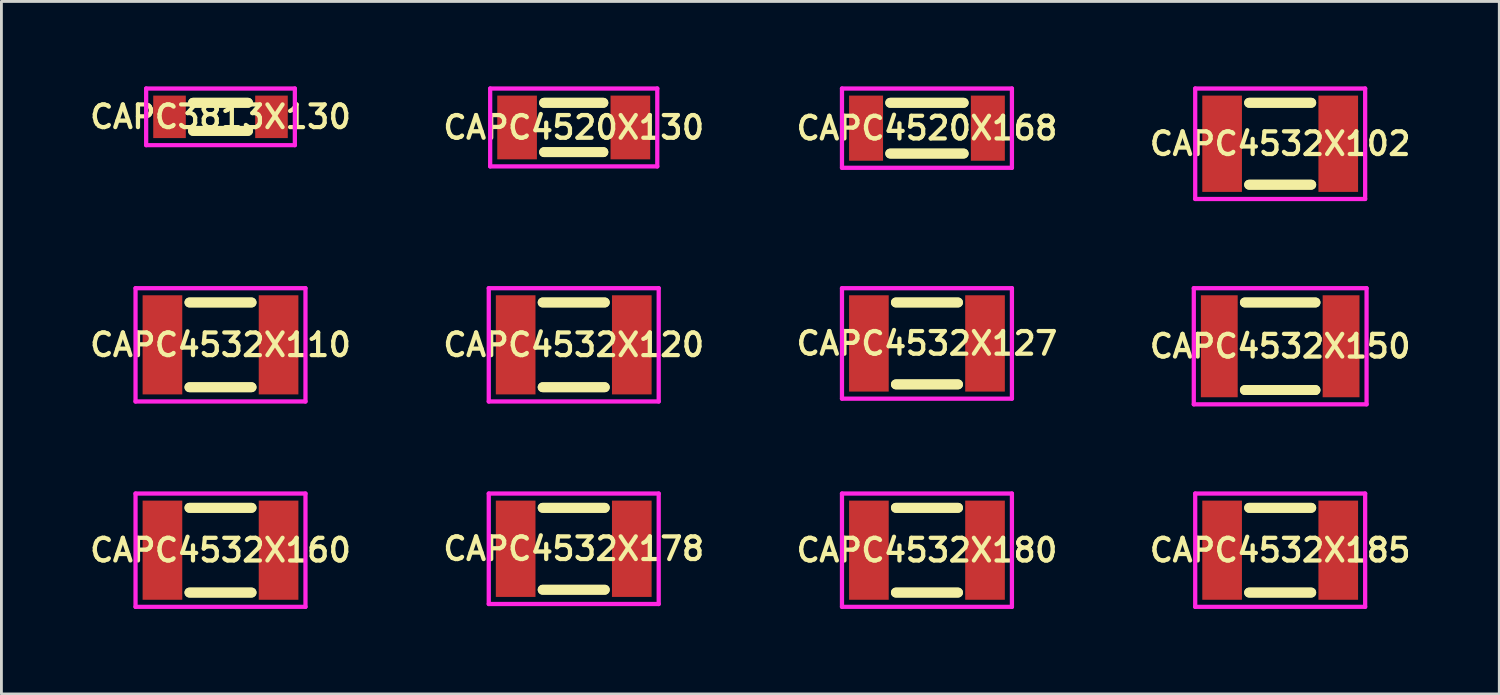
<source format=kicad_pcb>
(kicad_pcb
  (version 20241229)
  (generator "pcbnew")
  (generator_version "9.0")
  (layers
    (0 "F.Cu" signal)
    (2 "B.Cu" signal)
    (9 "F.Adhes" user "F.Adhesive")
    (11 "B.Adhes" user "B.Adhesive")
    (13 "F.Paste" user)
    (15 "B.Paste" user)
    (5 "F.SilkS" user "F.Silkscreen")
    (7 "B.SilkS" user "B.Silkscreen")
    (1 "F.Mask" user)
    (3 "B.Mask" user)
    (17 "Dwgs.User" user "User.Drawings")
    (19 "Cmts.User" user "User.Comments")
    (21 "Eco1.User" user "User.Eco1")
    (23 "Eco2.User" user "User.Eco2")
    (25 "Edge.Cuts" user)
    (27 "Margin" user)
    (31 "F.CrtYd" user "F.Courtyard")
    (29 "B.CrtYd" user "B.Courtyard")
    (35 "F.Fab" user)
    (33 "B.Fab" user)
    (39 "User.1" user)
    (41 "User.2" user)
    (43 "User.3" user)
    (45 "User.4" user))
  (footprint "CAPC4532X127"
    (layer "F.Cu")
    (at 29.677 9.075)
    (property "Reference" "CAPC4532X127" (at 0 0 0) (layer "F.SilkS") (effects (font (size 0.8 0.8) (thickness 0.15))))
    (attr smd)
    (fp_line (start -1.096 -1.446) (end 1.096 -1.446) (stroke (width 0.35) (type solid)) (layer "F.SilkS"))
    (fp_line (start -1.096 1.446) (end 1.096 1.446) (stroke (width 0.35) (type solid)) (layer "F.SilkS"))
    (fp_line (start 1.096 -1.446) (end -1.096 -1.446) (stroke (width 0.35) (type solid)) (layer "F.SilkS"))
    (fp_line (start 1.096 1.446) (end -1.096 1.446) (stroke (width 0.35) (type solid)) (layer "F.SilkS"))
    (fp_line (start -3 -1.95) (end 3 -1.95) (stroke (width 0.15) (type solid)) (layer "F.CrtYd"))
    (fp_line (start -3 1.95) (end -3 -1.95) (stroke (width 0.15) (type solid)) (layer "F.CrtYd"))
    (fp_line (start 3 -1.95) (end 3 1.95) (stroke (width 0.15) (type solid)) (layer "F.CrtYd"))
    (fp_line (start 3 1.95) (end -3 1.95) (stroke (width 0.15) (type solid)) (layer "F.CrtYd"))
    (pad "1" smd rect (at -2.05 0) (size 1.4 3.4) (layers "F.Cu" "F.Mask" "F.Paste"))
    (pad "2" smd rect (at 2.05 0) (size 1.4 3.4) (layers "F.Cu" "F.Mask" "F.Paste")))
  (footprint "CAPC4520X168"
    (layer "F.Cu")
    (at 29.677 1.475)
    (property "Reference" "CAPC4520X168" (at 0 0 0) (layer "F.SilkS") (effects (font (size 0.8 0.8) (thickness 0.15))))
    (attr smd)
    (fp_line (start -1.296 -0.896) (end 1.296 -0.896) (stroke (width 0.35) (type solid)) (layer "F.SilkS"))
    (fp_line (start -1.296 0.896) (end 1.296 0.896) (stroke (width 0.35) (type solid)) (layer "F.SilkS"))
    (fp_line (start 1.296 -0.896) (end -1.296 -0.896) (stroke (width 0.35) (type solid)) (layer "F.SilkS"))
    (fp_line (start 1.296 0.896) (end -1.296 0.896) (stroke (width 0.35) (type solid)) (layer "F.SilkS"))
    (fp_line (start -3 -1.4) (end 3 -1.4) (stroke (width 0.15) (type solid)) (layer "F.CrtYd"))
    (fp_line (start -3 1.4) (end -3 -1.4) (stroke (width 0.15) (type solid)) (layer "F.CrtYd"))
    (fp_line (start 3 -1.4) (end 3 1.4) (stroke (width 0.15) (type solid)) (layer "F.CrtYd"))
    (fp_line (start 3 1.4) (end -3 1.4) (stroke (width 0.15) (type solid)) (layer "F.CrtYd"))
    (pad "1" smd rect (at -2.15 0) (size 1.2 2.3) (layers "F.Cu" "F.Mask" "F.Paste"))
    (pad "2" smd rect (at 2.15 0) (size 1.2 2.3) (layers "F.Cu" "F.Mask" "F.Paste")))
  (footprint "CAPC4532X120"
    (layer "F.Cu")
    (at 17.206 9.125)
    (property "Reference" "CAPC4532X120" (at 0 0 0) (layer "F.SilkS") (effects (font (size 0.8 0.8) (thickness 0.15))))
    (attr smd)
    (fp_line (start -1.096 -1.496) (end 1.096 -1.496) (stroke (width 0.35) (type solid)) (layer "F.SilkS"))
    (fp_line (start -1.096 1.496) (end 1.096 1.496) (stroke (width 0.35) (type solid)) (layer "F.SilkS"))
    (fp_line (start 1.096 -1.496) (end -1.096 -1.496) (stroke (width 0.35) (type solid)) (layer "F.SilkS"))
    (fp_line (start 1.096 1.496) (end -1.096 1.496) (stroke (width 0.35) (type solid)) (layer "F.SilkS"))
    (fp_line (start -3 -2) (end 3 -2) (stroke (width 0.15) (type solid)) (layer "F.CrtYd"))
    (fp_line (start -3 2) (end -3 -2) (stroke (width 0.15) (type solid)) (layer "F.CrtYd"))
    (fp_line (start 3 -2) (end 3 2) (stroke (width 0.15) (type solid)) (layer "F.CrtYd"))
    (fp_line (start 3 2) (end -3 2) (stroke (width 0.15) (type solid)) (layer "F.CrtYd"))
    (pad "1" smd rect (at -2.05 0) (size 1.4 3.5) (layers "F.Cu" "F.Mask" "F.Paste"))
    (pad "2" smd rect (at 2.05 0) (size 1.4 3.5) (layers "F.Cu" "F.Mask" "F.Paste")))
  (footprint "CAPC4532X102"
    (layer "F.Cu")
    (at 42.148 2.025)
    (property "Reference" "CAPC4532X102" (at 0 0 0) (layer "F.SilkS") (effects (font (size 0.8 0.8) (thickness 0.15))))
    (attr smd)
    (fp_line (start -1.096 -1.446) (end 1.096 -1.446) (stroke (width 0.35) (type solid)) (layer "F.SilkS"))
    (fp_line (start -1.096 1.446) (end 1.096 1.446) (stroke (width 0.35) (type solid)) (layer "F.SilkS"))
    (fp_line (start 1.096 -1.446) (end -1.096 -1.446) (stroke (width 0.35) (type solid)) (layer "F.SilkS"))
    (fp_line (start 1.096 1.446) (end -1.096 1.446) (stroke (width 0.35) (type solid)) (layer "F.SilkS"))
    (fp_line (start -3 -1.95) (end 3 -1.95) (stroke (width 0.15) (type solid)) (layer "F.CrtYd"))
    (fp_line (start -3 1.95) (end -3 -1.95) (stroke (width 0.15) (type solid)) (layer "F.CrtYd"))
    (fp_line (start 3 -1.95) (end 3 1.95) (stroke (width 0.15) (type solid)) (layer "F.CrtYd"))
    (fp_line (start 3 1.95) (end -3 1.95) (stroke (width 0.15) (type solid)) (layer "F.CrtYd"))
    (pad "1" smd rect (at -2.05 0) (size 1.4 3.4) (layers "F.Cu" "F.Mask" "F.Paste"))
    (pad "2" smd rect (at 2.05 0) (size 1.4 3.4) (layers "F.Cu" "F.Mask" "F.Paste")))
  (footprint "CAPC4532X178"
    (layer "F.Cu")
    (at 17.206 16.325)
    (property "Reference" "CAPC4532X178" (at 0 0 0) (layer "F.SilkS") (effects (font (size 0.8 0.8) (thickness 0.15))))
    (attr smd)
    (fp_line (start -1.096 -1.446) (end 1.096 -1.446) (stroke (width 0.35) (type solid)) (layer "F.SilkS"))
    (fp_line (start -1.096 1.446) (end 1.096 1.446) (stroke (width 0.35) (type solid)) (layer "F.SilkS"))
    (fp_line (start 1.096 -1.446) (end -1.096 -1.446) (stroke (width 0.35) (type solid)) (layer "F.SilkS"))
    (fp_line (start 1.096 1.446) (end -1.096 1.446) (stroke (width 0.35) (type solid)) (layer "F.SilkS"))
    (fp_line (start -3 -1.95) (end 3 -1.95) (stroke (width 0.15) (type solid)) (layer "F.CrtYd"))
    (fp_line (start -3 1.95) (end -3 -1.95) (stroke (width 0.15) (type solid)) (layer "F.CrtYd"))
    (fp_line (start 3 -1.95) (end 3 1.95) (stroke (width 0.15) (type solid)) (layer "F.CrtYd"))
    (fp_line (start 3 1.95) (end -3 1.95) (stroke (width 0.15) (type solid)) (layer "F.CrtYd"))
    (pad "1" smd rect (at -2.05 0) (size 1.4 3.4) (layers "F.Cu" "F.Mask" "F.Paste"))
    (pad "2" smd rect (at 2.05 0) (size 1.4 3.4) (layers "F.Cu" "F.Mask" "F.Paste")))
  (footprint "CAPC4532X110"
    (layer "F.Cu")
    (at 4.735 9.125)
    (property "Reference" "CAPC4532X110" (at 0 0 0) (layer "F.SilkS") (effects (font (size 0.8 0.8) (thickness 0.15))))
    (attr smd)
    (fp_line (start -1.096 -1.496) (end 1.096 -1.496) (stroke (width 0.35) (type solid)) (layer "F.SilkS"))
    (fp_line (start -1.096 1.496) (end 1.096 1.496) (stroke (width 0.35) (type solid)) (layer "F.SilkS"))
    (fp_line (start 1.096 -1.496) (end -1.096 -1.496) (stroke (width 0.35) (type solid)) (layer "F.SilkS"))
    (fp_line (start 1.096 1.496) (end -1.096 1.496) (stroke (width 0.35) (type solid)) (layer "F.SilkS"))
    (fp_line (start -3 -2) (end 3 -2) (stroke (width 0.15) (type solid)) (layer "F.CrtYd"))
    (fp_line (start -3 2) (end -3 -2) (stroke (width 0.15) (type solid)) (layer "F.CrtYd"))
    (fp_line (start 3 -2) (end 3 2) (stroke (width 0.15) (type solid)) (layer "F.CrtYd"))
    (fp_line (start 3 2) (end -3 2) (stroke (width 0.15) (type solid)) (layer "F.CrtYd"))
    (pad "1" smd rect (at -2.05 0) (size 1.4 3.5) (layers "F.Cu" "F.Mask" "F.Paste"))
    (pad "2" smd rect (at 2.05 0) (size 1.4 3.5) (layers "F.Cu" "F.Mask" "F.Paste")))
  (footprint "CAPC3813X130"
    (layer "F.Cu")
    (at 4.735 1.075)
    (property "Reference" "CAPC3813X130" (at 0 0 0) (layer "F.SilkS") (effects (font (size 0.8 0.8) (thickness 0.15))))
    (attr smd)
    (fp_line (start -0.971 -0.496) (end 0.971 -0.496) (stroke (width 0.35) (type solid)) (layer "F.SilkS"))
    (fp_line (start -0.971 0.496) (end 0.971 0.496) (stroke (width 0.35) (type solid)) (layer "F.SilkS"))
    (fp_line (start 0.971 -0.496) (end -0.971 -0.496) (stroke (width 0.35) (type solid)) (layer "F.SilkS"))
    (fp_line (start 0.971 0.496) (end -0.971 0.496) (stroke (width 0.35) (type solid)) (layer "F.SilkS"))
    (fp_line (start -2.625 -1) (end 2.625 -1) (stroke (width 0.15) (type solid)) (layer "F.CrtYd"))
    (fp_line (start -2.625 1) (end -2.625 -1) (stroke (width 0.15) (type solid)) (layer "F.CrtYd"))
    (fp_line (start 2.625 -1) (end 2.625 1) (stroke (width 0.15) (type solid)) (layer "F.CrtYd"))
    (fp_line (start 2.625 1) (end -2.625 1) (stroke (width 0.15) (type solid)) (layer "F.CrtYd"))
    (pad "1" smd rect (at -1.8 0) (size 1.15 1.5) (layers "F.Cu" "F.Mask" "F.Paste"))
    (pad "2" smd rect (at 1.8 0) (size 1.15 1.5) (layers "F.Cu" "F.Mask" "F.Paste")))
  (footprint "CAPC4532X185"
    (layer "F.Cu")
    (at 42.148 16.375)
    (property "Reference" "CAPC4532X185" (at 0 0 0) (layer "F.SilkS") (effects (font (size 0.8 0.8) (thickness 0.15))))
    (attr smd)
    (fp_line (start -1.096 -1.496) (end 1.096 -1.496) (stroke (width 0.35) (type solid)) (layer "F.SilkS"))
    (fp_line (start -1.096 1.496) (end 1.096 1.496) (stroke (width 0.35) (type solid)) (layer "F.SilkS"))
    (fp_line (start 1.096 -1.496) (end -1.096 -1.496) (stroke (width 0.35) (type solid)) (layer "F.SilkS"))
    (fp_line (start 1.096 1.496) (end -1.096 1.496) (stroke (width 0.35) (type solid)) (layer "F.SilkS"))
    (fp_line (start -3 -2) (end 3 -2) (stroke (width 0.15) (type solid)) (layer "F.CrtYd"))
    (fp_line (start -3 2) (end -3 -2) (stroke (width 0.15) (type solid)) (layer "F.CrtYd"))
    (fp_line (start 3 -2) (end 3 2) (stroke (width 0.15) (type solid)) (layer "F.CrtYd"))
    (fp_line (start 3 2) (end -3 2) (stroke (width 0.15) (type solid)) (layer "F.CrtYd"))
    (pad "1" smd rect (at -2.05 0) (size 1.4 3.5) (layers "F.Cu" "F.Mask" "F.Paste"))
    (pad "2" smd rect (at 2.05 0) (size 1.4 3.5) (layers "F.Cu" "F.Mask" "F.Paste")))
  (footprint "CAPC4532X150"
    (layer "F.Cu")
    (at 42.148 9.175)
    (property "Reference" "CAPC4532X150" (at 0 0 0) (layer "F.SilkS") (effects (font (size 0.8 0.8) (thickness 0.15))))
    (attr smd)
    (fp_line (start -1.246 -1.546) (end 1.246 -1.546) (stroke (width 0.35) (type solid)) (layer "F.SilkS"))
    (fp_line (start -1.246 1.546) (end 1.246 1.546) (stroke (width 0.35) (type solid)) (layer "F.SilkS"))
    (fp_line (start 1.246 -1.546) (end -1.246 -1.546) (stroke (width 0.35) (type solid)) (layer "F.SilkS"))
    (fp_line (start 1.246 1.546) (end -1.246 1.546) (stroke (width 0.35) (type solid)) (layer "F.SilkS"))
    (fp_line (start -3.05 -2.05) (end 3.05 -2.05) (stroke (width 0.15) (type solid)) (layer "F.CrtYd"))
    (fp_line (start -3.05 2.05) (end -3.05 -2.05) (stroke (width 0.15) (type solid)) (layer "F.CrtYd"))
    (fp_line (start 3.05 -2.05) (end 3.05 2.05) (stroke (width 0.15) (type solid)) (layer "F.CrtYd"))
    (fp_line (start 3.05 2.05) (end -3.05 2.05) (stroke (width 0.15) (type solid)) (layer "F.CrtYd"))
    (pad "1" smd rect (at -2.15 0) (size 1.3 3.6) (layers "F.Cu" "F.Mask" "F.Paste"))
    (pad "2" smd rect (at 2.15 0) (size 1.3 3.6) (layers "F.Cu" "F.Mask" "F.Paste")))
  (footprint "CAPC4532X180"
    (layer "F.Cu")
    (at 29.677 16.375)
    (property "Reference" "CAPC4532X180" (at 0 0 0) (layer "F.SilkS") (effects (font (size 0.8 0.8) (thickness 0.15))))
    (attr smd)
    (fp_line (start -1.096 -1.496) (end 1.096 -1.496) (stroke (width 0.35) (type solid)) (layer "F.SilkS"))
    (fp_line (start -1.096 1.496) (end 1.096 1.496) (stroke (width 0.35) (type solid)) (layer "F.SilkS"))
    (fp_line (start 1.096 -1.496) (end -1.096 -1.496) (stroke (width 0.35) (type solid)) (layer "F.SilkS"))
    (fp_line (start 1.096 1.496) (end -1.096 1.496) (stroke (width 0.35) (type solid)) (layer "F.SilkS"))
    (fp_line (start -3 -2) (end 3 -2) (stroke (width 0.15) (type solid)) (layer "F.CrtYd"))
    (fp_line (start -3 2) (end -3 -2) (stroke (width 0.15) (type solid)) (layer "F.CrtYd"))
    (fp_line (start 3 -2) (end 3 2) (stroke (width 0.15) (type solid)) (layer "F.CrtYd"))
    (fp_line (start 3 2) (end -3 2) (stroke (width 0.15) (type solid)) (layer "F.CrtYd"))
    (pad "1" smd rect (at -2.05 0) (size 1.4 3.5) (layers "F.Cu" "F.Mask" "F.Paste"))
    (pad "2" smd rect (at 2.05 0) (size 1.4 3.5) (layers "F.Cu" "F.Mask" "F.Paste")))
  (footprint "CAPC4520X130"
    (layer "F.Cu")
    (at 17.206 1.45)
    (property "Reference" "CAPC4520X130" (at 0 0 0) (layer "F.SilkS") (effects (font (size 0.8 0.8) (thickness 0.15))))
    (attr smd)
    (fp_line (start -1.046 -0.871) (end 1.046 -0.871) (stroke (width 0.35) (type solid)) (layer "F.SilkS"))
    (fp_line (start -1.046 0.871) (end 1.046 0.871) (stroke (width 0.35) (type solid)) (layer "F.SilkS"))
    (fp_line (start 1.046 -0.871) (end -1.046 -0.871) (stroke (width 0.35) (type solid)) (layer "F.SilkS"))
    (fp_line (start 1.046 0.871) (end -1.046 0.871) (stroke (width 0.35) (type solid)) (layer "F.SilkS"))
    (fp_line (start -2.95 -1.375) (end 2.95 -1.375) (stroke (width 0.15) (type solid)) (layer "F.CrtYd"))
    (fp_line (start -2.95 1.375) (end -2.95 -1.375) (stroke (width 0.15) (type solid)) (layer "F.CrtYd"))
    (fp_line (start 2.95 -1.375) (end 2.95 1.375) (stroke (width 0.15) (type solid)) (layer "F.CrtYd"))
    (fp_line (start 2.95 1.375) (end -2.95 1.375) (stroke (width 0.15) (type solid)) (layer "F.CrtYd"))
    (pad "1" smd rect (at -2 0) (size 1.4 2.25) (layers "F.Cu" "F.Mask" "F.Paste"))
    (pad "2" smd rect (at 2 0) (size 1.4 2.25) (layers "F.Cu" "F.Mask" "F.Paste")))
  (footprint "CAPC4532X160"
    (layer "F.Cu")
    (at 4.735 16.375)
    (property "Reference" "CAPC4532X160" (at 0 0 0) (layer "F.SilkS") (effects (font (size 0.8 0.8) (thickness 0.15))))
    (attr smd)
    (fp_line (start -1.096 -1.496) (end 1.096 -1.496) (stroke (width 0.35) (type solid)) (layer "F.SilkS"))
    (fp_line (start -1.096 1.496) (end 1.096 1.496) (stroke (width 0.35) (type solid)) (layer "F.SilkS"))
    (fp_line (start 1.096 -1.496) (end -1.096 -1.496) (stroke (width 0.35) (type solid)) (layer "F.SilkS"))
    (fp_line (start 1.096 1.496) (end -1.096 1.496) (stroke (width 0.35) (type solid)) (layer "F.SilkS"))
    (fp_line (start -3 -2) (end 3 -2) (stroke (width 0.15) (type solid)) (layer "F.CrtYd"))
    (fp_line (start -3 2) (end -3 -2) (stroke (width 0.15) (type solid)) (layer "F.CrtYd"))
    (fp_line (start 3 -2) (end 3 2) (stroke (width 0.15) (type solid)) (layer "F.CrtYd"))
    (fp_line (start 3 2) (end -3 2) (stroke (width 0.15) (type solid)) (layer "F.CrtYd"))
    (pad "1" smd rect (at -2.05 0) (size 1.4 3.5) (layers "F.Cu" "F.Mask" "F.Paste"))
    (pad "2" smd rect (at 2.05 0) (size 1.4 3.5) (layers "F.Cu" "F.Mask" "F.Paste")))
  (gr_rect
    (start -3 -3)
    (end 49.884 21.45)
    (stroke (width 0.1) (type default))
    (fill no)
    (layer "Edge.Cuts")))
</source>
